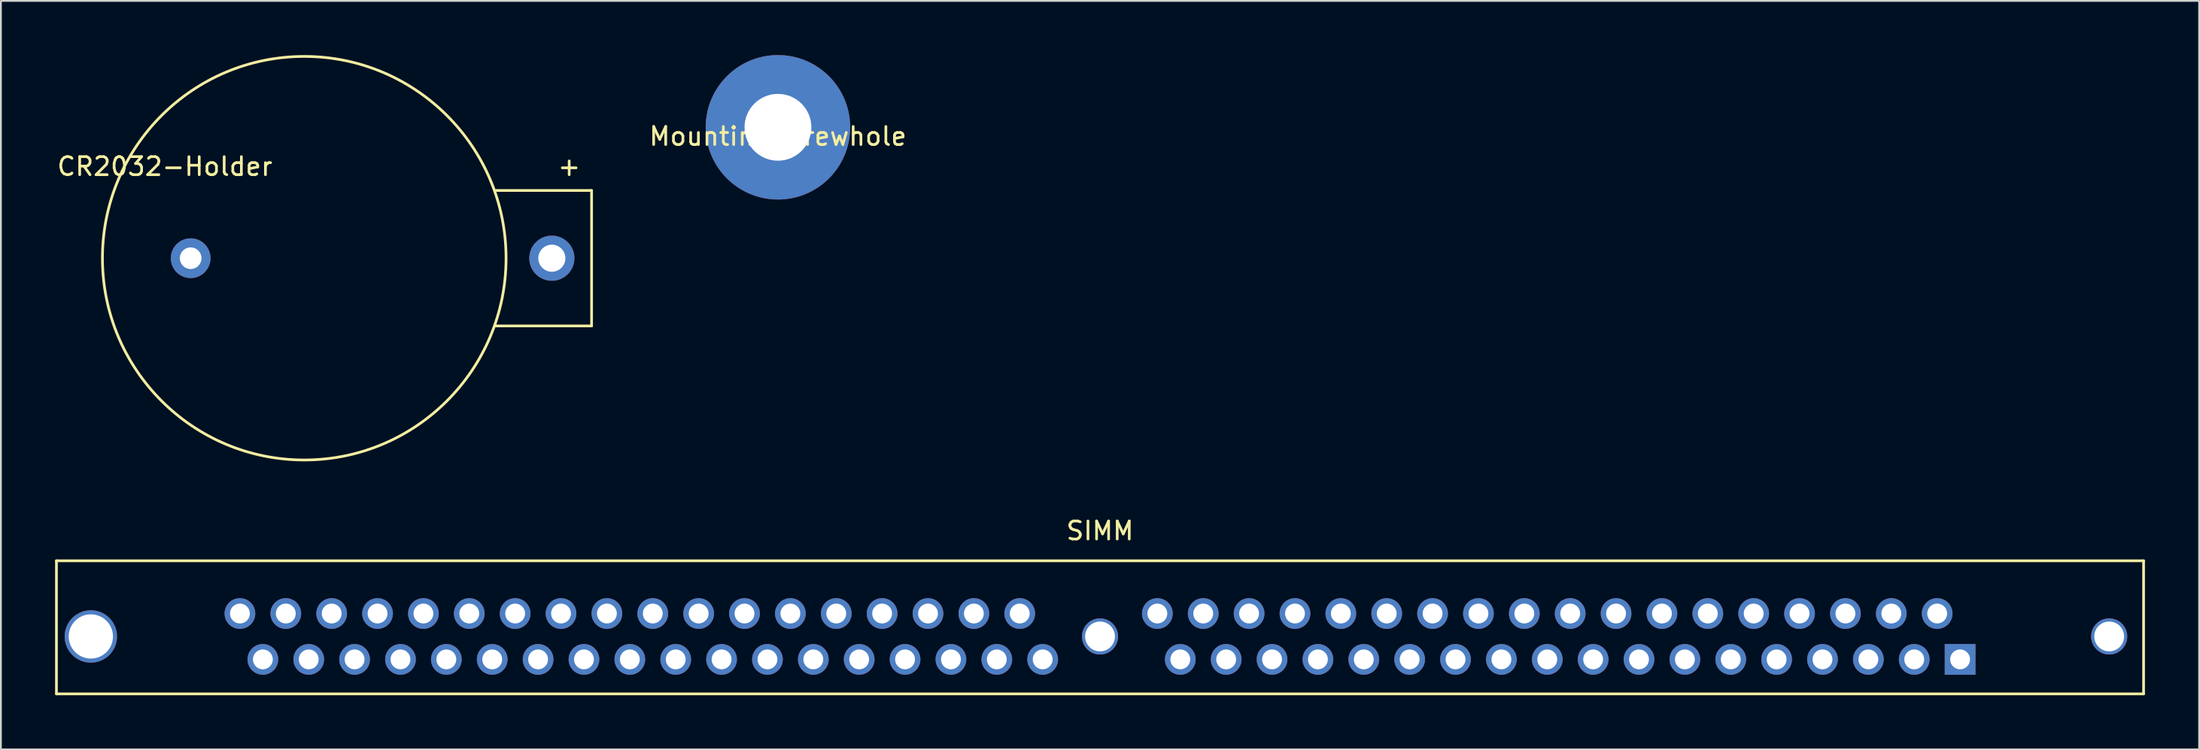
<source format=kicad_pcb>
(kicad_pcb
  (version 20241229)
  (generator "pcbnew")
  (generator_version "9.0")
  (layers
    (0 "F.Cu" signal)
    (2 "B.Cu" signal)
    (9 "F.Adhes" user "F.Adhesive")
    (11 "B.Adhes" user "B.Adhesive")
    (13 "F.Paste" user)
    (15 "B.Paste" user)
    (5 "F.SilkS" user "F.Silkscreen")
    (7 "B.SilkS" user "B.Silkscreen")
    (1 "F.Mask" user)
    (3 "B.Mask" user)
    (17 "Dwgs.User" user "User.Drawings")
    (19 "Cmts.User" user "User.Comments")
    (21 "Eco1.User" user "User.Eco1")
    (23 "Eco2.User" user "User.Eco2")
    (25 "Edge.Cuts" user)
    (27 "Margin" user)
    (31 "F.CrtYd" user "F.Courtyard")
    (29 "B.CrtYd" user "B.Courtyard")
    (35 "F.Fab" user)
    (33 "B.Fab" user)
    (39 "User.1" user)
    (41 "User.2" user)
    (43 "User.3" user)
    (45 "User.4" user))
  (footprint "CR2032-Holder"
    (layer "F.Cu")
    (at 17.507 11.25)
    (property "Reference" "CR2032-Holder" (at -11.43 -5.08 0) (layer "F.SilkS") (effects (font (size 1 1) (thickness 0.15))))
    (attr through_hole)
    (fp_line (start 6.85 -3.75) (end 12.2 -3.75) (stroke (width 0.15) (type solid)) (layer "F.SilkS"))
    (fp_line (start 12.2 -3.75) (end 12.2 3.75) (stroke (width 0.15) (type solid)) (layer "F.SilkS"))
    (fp_line (start 12.2 3.75) (end 6.85 3.75) (stroke (width 0.15) (type solid)) (layer "F.SilkS"))
    (fp_circle (center -3.71 0) (end 7.465 0) (stroke (width 0.15) (type solid)) (fill no) (layer "F.SilkS"))
    (fp_text user "+" (at 10.96 -5.08 0) (layer "F.SilkS") (effects (font (size 1 1) (thickness 0.15))))
    (pad "1" thru_hole circle (at 10 0) (size 2.5 2.5) (drill 1.5) (layers "*.Cu" "*.Mask"))
    (pad "2" thru_hole circle (at -10 0) (size 2.2 2.2) (drill 1.2) (layers "*.Cu" "*.Mask")))
  (footprint "MountingScrewhole"
    (layer "F.Cu")
    (at 40.026 4)
    (property "Reference" "MountingScrewhole" (at 0 0.5 0) (layer "F.SilkS") (effects (font (size 1 1) (thickness 0.15))))
    (attr through_hole)
    (pad "1" thru_hole circle (at 0 0) (size 8 8) (drill 3.7) (layers "*.Cu" "*.Mask")))
  (footprint "SIMM"
    (layer "F.Cu")
    (at 57.86 32.198)
    (property "Reference" "SIMM" (at 0 -5.85 0) (layer "F.SilkS") (effects (font (size 1 1) (thickness 0.15))))
    (attr through_hole)
    (fp_line (start -57.785 -4.19) (end -57.785 3.18) (stroke (width 0.15) (type solid)) (layer "F.SilkS"))
    (fp_line (start -57.785 -4.19) (end 57.785 -4.19) (stroke (width 0.15) (type solid)) (layer "F.SilkS"))
    (fp_line (start -57.785 3.18) (end 57.785 3.18) (stroke (width 0.15) (type solid)) (layer "F.SilkS"))
    (fp_line (start 57.785 -4.19) (end 57.785 3.18) (stroke (width 0.15) (type solid)) (layer "F.SilkS"))
    (pad "1" thru_hole rect (at 47.625 1.27) (size 1.7 1.7) (drill 1.1) (layers "*.Cu" "*.Mask"))
    (pad "2" thru_hole circle (at 46.355 -1.27) (size 1.7 1.7) (drill 1.1) (layers "*.Cu" "*.Mask"))
    (pad "3" thru_hole circle (at 45.085 1.27) (size 1.7 1.7) (drill 1.1) (layers "*.Cu" "*.Mask"))
    (pad "4" thru_hole circle (at 43.815 -1.27) (size 1.7 1.7) (drill 1.1) (layers "*.Cu" "*.Mask"))
    (pad "5" thru_hole circle (at 42.545 1.27) (size 1.7 1.7) (drill 1.1) (layers "*.Cu" "*.Mask"))
    (pad "6" thru_hole circle (at 41.275 -1.27) (size 1.7 1.7) (drill 1.1) (layers "*.Cu" "*.Mask"))
    (pad "7" thru_hole circle (at 40.005 1.27) (size 1.7 1.7) (drill 1.1) (layers "*.Cu" "*.Mask"))
    (pad "8" thru_hole circle (at 38.735 -1.27) (size 1.7 1.7) (drill 1.1) (layers "*.Cu" "*.Mask"))
    (pad "9" thru_hole circle (at 37.465 1.27) (size 1.7 1.7) (drill 1.1) (layers "*.Cu" "*.Mask"))
    (pad "10" thru_hole circle (at 36.195 -1.27) (size 1.7 1.7) (drill 1.1) (layers "*.Cu" "*.Mask"))
    (pad "11" thru_hole circle (at 34.925 1.27) (size 1.7 1.7) (drill 1.1) (layers "*.Cu" "*.Mask"))
    (pad "12" thru_hole circle (at 33.655 -1.27) (size 1.7 1.7) (drill 1.1) (layers "*.Cu" "*.Mask"))
    (pad "13" thru_hole circle (at 32.385 1.27) (size 1.7 1.7) (drill 1.1) (layers "*.Cu" "*.Mask"))
    (pad "14" thru_hole circle (at 31.115 -1.27) (size 1.7 1.7) (drill 1.1) (layers "*.Cu" "*.Mask"))
    (pad "15" thru_hole circle (at 29.845 1.27) (size 1.7 1.7) (drill 1.1) (layers "*.Cu" "*.Mask"))
    (pad "16" thru_hole circle (at 28.575 -1.27) (size 1.7 1.7) (drill 1.1) (layers "*.Cu" "*.Mask"))
    (pad "17" thru_hole circle (at 27.305 1.27) (size 1.7 1.7) (drill 1.1) (layers "*.Cu" "*.Mask"))
    (pad "18" thru_hole circle (at 26.035 -1.27) (size 1.7 1.7) (drill 1.1) (layers "*.Cu" "*.Mask"))
    (pad "19" thru_hole circle (at 24.765 1.27) (size 1.7 1.7) (drill 1.1) (layers "*.Cu" "*.Mask"))
    (pad "20" thru_hole circle (at 23.495 -1.27) (size 1.7 1.7) (drill 1.1) (layers "*.Cu" "*.Mask"))
    (pad "21" thru_hole circle (at 22.225 1.27) (size 1.7 1.7) (drill 1.1) (layers "*.Cu" "*.Mask"))
    (pad "22" thru_hole circle (at 20.955 -1.27) (size 1.7 1.7) (drill 1.1) (layers "*.Cu" "*.Mask"))
    (pad "23" thru_hole circle (at 19.685 1.27) (size 1.7 1.7) (drill 1.1) (layers "*.Cu" "*.Mask"))
    (pad "24" thru_hole circle (at 18.415 -1.27) (size 1.7 1.7) (drill 1.1) (layers "*.Cu" "*.Mask"))
    (pad "25" thru_hole circle (at 17.145 1.27) (size 1.7 1.7) (drill 1.1) (layers "*.Cu" "*.Mask"))
    (pad "26" thru_hole circle (at 15.875 -1.27) (size 1.7 1.7) (drill 1.1) (layers "*.Cu" "*.Mask"))
    (pad "27" thru_hole circle (at 14.605 1.27) (size 1.7 1.7) (drill 1.1) (layers "*.Cu" "*.Mask"))
    (pad "28" thru_hole circle (at 13.335 -1.27) (size 1.7 1.7) (drill 1.1) (layers "*.Cu" "*.Mask"))
    (pad "29" thru_hole circle (at 12.065 1.27) (size 1.7 1.7) (drill 1.1) (layers "*.Cu" "*.Mask"))
    (pad "30" thru_hole circle (at 10.795 -1.27) (size 1.7 1.7) (drill 1.1) (layers "*.Cu" "*.Mask"))
    (pad "31" thru_hole circle (at 9.525 1.27) (size 1.7 1.7) (drill 1.1) (layers "*.Cu" "*.Mask"))
    (pad "32" thru_hole circle (at 8.255 -1.27) (size 1.7 1.7) (drill 1.1) (layers "*.Cu" "*.Mask"))
    (pad "33" thru_hole circle (at 6.985 1.27) (size 1.7 1.7) (drill 1.1) (layers "*.Cu" "*.Mask"))
    (pad "34" thru_hole circle (at 5.715 -1.27) (size 1.7 1.7) (drill 1.1) (layers "*.Cu" "*.Mask"))
    (pad "35" thru_hole circle (at 4.445 1.27) (size 1.7 1.7) (drill 1.1) (layers "*.Cu" "*.Mask"))
    (pad "36" thru_hole circle (at 3.175 -1.27) (size 1.7 1.7) (drill 1.1) (layers "*.Cu" "*.Mask"))
    (pad "37" thru_hole circle (at -3.175 1.27) (size 1.7 1.7) (drill 1.1) (layers "*.Cu" "*.Mask"))
    (pad "38" thru_hole circle (at -4.445 -1.27) (size 1.7 1.7) (drill 1.1) (layers "*.Cu" "*.Mask"))
    (pad "39" thru_hole circle (at -5.715 1.27) (size 1.7 1.7) (drill 1.1) (layers "*.Cu" "*.Mask"))
    (pad "40" thru_hole circle (at -6.985 -1.27) (size 1.7 1.7) (drill 1.1) (layers "*.Cu" "*.Mask"))
    (pad "41" thru_hole circle (at -8.255 1.27) (size 1.7 1.7) (drill 1.1) (layers "*.Cu" "*.Mask"))
    (pad "42" thru_hole circle (at -9.525 -1.27) (size 1.7 1.7) (drill 1.1) (layers "*.Cu" "*.Mask"))
    (pad "43" thru_hole circle (at -10.795 1.27) (size 1.7 1.7) (drill 1.1) (layers "*.Cu" "*.Mask"))
    (pad "44" thru_hole circle (at -12.065 -1.27) (size 1.7 1.7) (drill 1.1) (layers "*.Cu" "*.Mask"))
    (pad "45" thru_hole circle (at -13.335 1.27) (size 1.7 1.7) (drill 1.1) (layers "*.Cu" "*.Mask"))
    (pad "46" thru_hole circle (at -14.605 -1.27) (size 1.7 1.7) (drill 1.1) (layers "*.Cu" "*.Mask"))
    (pad "47" thru_hole circle (at -15.875 1.27) (size 1.7 1.7) (drill 1.1) (layers "*.Cu" "*.Mask"))
    (pad "48" thru_hole circle (at -17.145 -1.27) (size 1.7 1.7) (drill 1.1) (layers "*.Cu" "*.Mask"))
    (pad "49" thru_hole circle (at -18.415 1.27) (size 1.7 1.7) (drill 1.1) (layers "*.Cu" "*.Mask"))
    (pad "50" thru_hole circle (at -19.685 -1.27) (size 1.7 1.7) (drill 1.1) (layers "*.Cu" "*.Mask"))
    (pad "51" thru_hole circle (at -20.955 1.27) (size 1.7 1.7) (drill 1.1) (layers "*.Cu" "*.Mask"))
    (pad "52" thru_hole circle (at -22.225 -1.27) (size 1.7 1.7) (drill 1.1) (layers "*.Cu" "*.Mask"))
    (pad "53" thru_hole circle (at -23.495 1.27) (size 1.7 1.7) (drill 1.1) (layers "*.Cu" "*.Mask"))
    (pad "54" thru_hole circle (at -24.765 -1.27) (size 1.7 1.7) (drill 1.1) (layers "*.Cu" "*.Mask"))
    (pad "55" thru_hole circle (at -26.035 1.27) (size 1.7 1.7) (drill 1.1) (layers "*.Cu" "*.Mask"))
    (pad "56" thru_hole circle (at -27.305 -1.27) (size 1.7 1.7) (drill 1.1) (layers "*.Cu" "*.Mask"))
    (pad "57" thru_hole circle (at -28.575 1.27) (size 1.7 1.7) (drill 1.1) (layers "*.Cu" "*.Mask"))
    (pad "58" thru_hole circle (at -29.845 -1.27) (size 1.7 1.7) (drill 1.1) (layers "*.Cu" "*.Mask"))
    (pad "59" thru_hole circle (at -31.115 1.27) (size 1.7 1.7) (drill 1.1) (layers "*.Cu" "*.Mask"))
    (pad "60" thru_hole circle (at -32.385 -1.27) (size 1.7 1.7) (drill 1.1) (layers "*.Cu" "*.Mask"))
    (pad "61" thru_hole circle (at -33.655 1.27) (size 1.7 1.7) (drill 1.1) (layers "*.Cu" "*.Mask"))
    (pad "62" thru_hole circle (at -34.925 -1.27) (size 1.7 1.7) (drill 1.1) (layers "*.Cu" "*.Mask"))
    (pad "63" thru_hole circle (at -36.195 1.27) (size 1.7 1.7) (drill 1.1) (layers "*.Cu" "*.Mask"))
    (pad "64" thru_hole circle (at -37.465 -1.27) (size 1.7 1.7) (drill 1.1) (layers "*.Cu" "*.Mask"))
    (pad "65" thru_hole circle (at -38.735 1.27) (size 1.7 1.7) (drill 1.1) (layers "*.Cu" "*.Mask"))
    (pad "66" thru_hole circle (at -40.005 -1.27) (size 1.7 1.7) (drill 1.1) (layers "*.Cu" "*.Mask"))
    (pad "67" thru_hole circle (at -41.275 1.27) (size 1.7 1.7) (drill 1.1) (layers "*.Cu" "*.Mask"))
    (pad "68" thru_hole circle (at -42.545 -1.27) (size 1.7 1.7) (drill 1.1) (layers "*.Cu" "*.Mask"))
    (pad "69" thru_hole circle (at -43.815 1.27) (size 1.7 1.7) (drill 1.1) (layers "*.Cu" "*.Mask"))
    (pad "70" thru_hole circle (at -45.085 -1.27) (size 1.7 1.7) (drill 1.1) (layers "*.Cu" "*.Mask"))
    (pad "71" thru_hole circle (at -46.355 1.27) (size 1.7 1.7) (drill 1.1) (layers "*.Cu" "*.Mask"))
    (pad "72" thru_hole circle (at -47.625 -1.27) (size 1.7 1.7) (drill 1.1) (layers "*.Cu" "*.Mask"))
    (pad "73" thru_hole circle (at 0 0) (size 2 2) (drill 1.65) (layers "*.Cu" "*.Mask"))
    (pad "73" thru_hole circle (at 55.88 0) (size 2 2) (drill 1.65) (layers "*.Cu" "*.Mask"))
    (pad "74" thru_hole circle (at -55.88 0) (size 2.9 2.9) (drill 2.45) (layers "*.Cu" "*.Mask")))
  (gr_rect
    (start -3 -3)
    (end 118.72 38.453)
    (stroke (width 0.1) (type default))
    (fill no)
    (layer "Edge.Cuts")))
</source>
